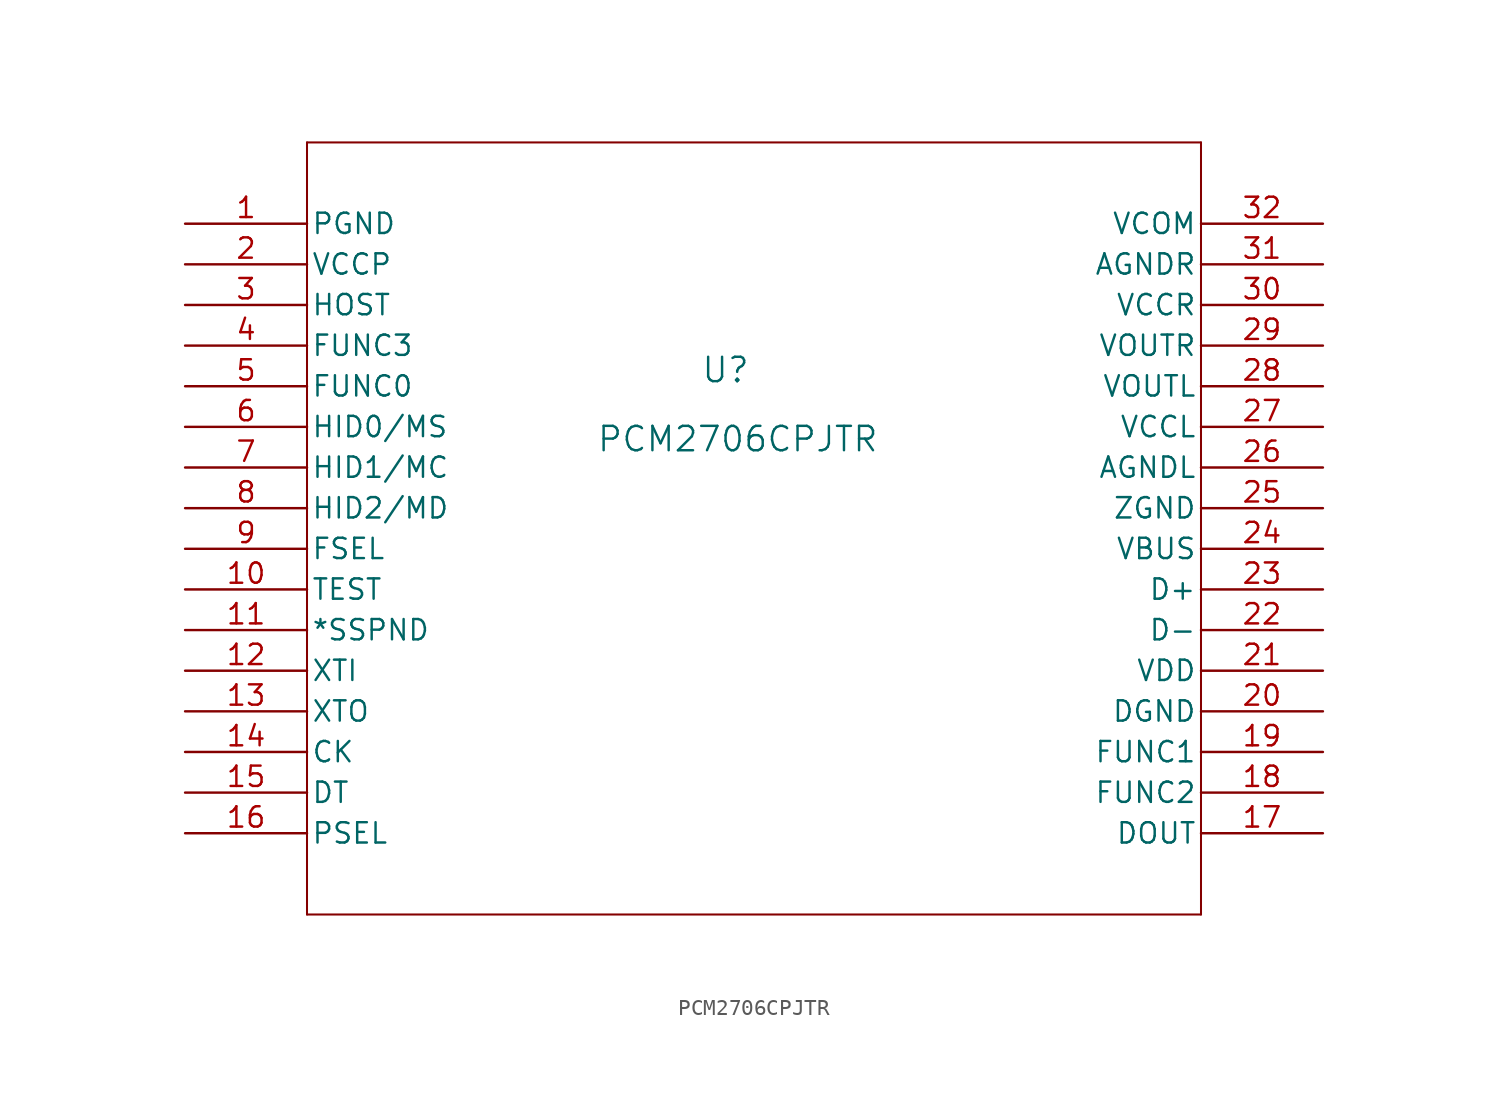
<source format=kicad_sym>
(kicad_symbol_lib
  (version 20231120)
  (generator "kicad_symbol_editor")
  (generator_version "8.0")
  (symbol "PCM2706CPJTR"
    (pin_names
      (offset 0.254))
    (property "Reference" "U"
      (at 33.782 -9.144 0)
      (effects (font (size 1.524 1.524))))
    (property "Value" "PCM2706CPJTR"
      (at 34.544 -13.462 0)
      (effects (font (size 1.524 1.524))))
    (property "ki_locked" ""
      (at 0 0 0)
      (effects (font (size 1.27 1.27))))
    (symbol "PCM2706CPJTR_0_1"
      (polyline (pts (xy 7.62 -43.18) (xy 63.5 -43.18)) (stroke (width 0.127) (type default)) (fill (type none)))
      (polyline (pts (xy 7.62 5.08) (xy 7.62 -43.18)) (stroke (width 0.127) (type default)) (fill (type none)))
      (polyline (pts (xy 63.5 -43.18) (xy 63.5 5.08)) (stroke (width 0.127) (type default)) (fill (type none)))
      (polyline (pts (xy 63.5 5.08) (xy 7.62 5.08)) (stroke (width 0.127) (type default)) (fill (type none)))
      (pin power_in line (at 0 0 0) (length 7.62) (name "PGND" (effects (font (size 1.27 1.27)))) (number "1" (effects (font (size 1.27 1.27)))))
      (pin input line (at 0 -22.86 0) (length 7.62) (name "TEST" (effects (font (size 1.27 1.27)))) (number "10" (effects (font (size 1.27 1.27)))))
      (pin output line (at 0 -25.4 0) (length 7.62) (name "*SSPND" (effects (font (size 1.27 1.27)))) (number "11" (effects (font (size 1.27 1.27)))))
      (pin input line (at 0 -27.94 0) (length 7.62) (name "XTI" (effects (font (size 1.27 1.27)))) (number "12" (effects (font (size 1.27 1.27)))))
      (pin output line (at 0 -30.48 0) (length 7.62) (name "XTO" (effects (font (size 1.27 1.27)))) (number "13" (effects (font (size 1.27 1.27)))))
      (pin output line (at 0 -33.02 0) (length 7.62) (name "CK" (effects (font (size 1.27 1.27)))) (number "14" (effects (font (size 1.27 1.27)))))
      (pin bidirectional line (at 0 -35.56 0) (length 7.62) (name "DT" (effects (font (size 1.27 1.27)))) (number "15" (effects (font (size 1.27 1.27)))))
      (pin input line (at 0 -38.1 0) (length 7.62) (name "PSEL" (effects (font (size 1.27 1.27)))) (number "16" (effects (font (size 1.27 1.27)))))
      (pin output line (at 71.12 -38.1 180) (length 7.62) (name "DOUT" (effects (font (size 1.27 1.27)))) (number "17" (effects (font (size 1.27 1.27)))))
      (pin bidirectional line (at 71.12 -35.56 180) (length 7.62) (name "FUNC2" (effects (font (size 1.27 1.27)))) (number "18" (effects (font (size 1.27 1.27)))))
      (pin bidirectional line (at 71.12 -33.02 180) (length 7.62) (name "FUNC1" (effects (font (size 1.27 1.27)))) (number "19" (effects (font (size 1.27 1.27)))))
      (pin power_in line (at 0 -2.54 0) (length 7.62) (name "VCCP" (effects (font (size 1.27 1.27)))) (number "2" (effects (font (size 1.27 1.27)))))
      (pin power_in line (at 71.12 -30.48 180) (length 7.62) (name "DGND" (effects (font (size 1.27 1.27)))) (number "20" (effects (font (size 1.27 1.27)))))
      (pin power_in line (at 71.12 -27.94 180) (length 7.62) (name "VDD" (effects (font (size 1.27 1.27)))) (number "21" (effects (font (size 1.27 1.27)))))
      (pin bidirectional line (at 71.12 -25.4 180) (length 7.62) (name "D-" (effects (font (size 1.27 1.27)))) (number "22" (effects (font (size 1.27 1.27)))))
      (pin bidirectional line (at 71.12 -22.86 180) (length 7.62) (name "D+" (effects (font (size 1.27 1.27)))) (number "23" (effects (font (size 1.27 1.27)))))
      (pin power_in line (at 71.12 -20.32 180) (length 7.62) (name "VBUS" (effects (font (size 1.27 1.27)))) (number "24" (effects (font (size 1.27 1.27)))))
      (pin power_in line (at 71.12 -17.78 180) (length 7.62) (name "ZGND" (effects (font (size 1.27 1.27)))) (number "25" (effects (font (size 1.27 1.27)))))
      (pin power_in line (at 71.12 -15.24 180) (length 7.62) (name "AGNDL" (effects (font (size 1.27 1.27)))) (number "26" (effects (font (size 1.27 1.27)))))
      (pin power_in line (at 71.12 -12.7 180) (length 7.62) (name "VCCL" (effects (font (size 1.27 1.27)))) (number "27" (effects (font (size 1.27 1.27)))))
      (pin output line (at 71.12 -10.16 180) (length 7.62) (name "VOUTL" (effects (font (size 1.27 1.27)))) (number "28" (effects (font (size 1.27 1.27)))))
      (pin output line (at 71.12 -7.62 180) (length 7.62) (name "VOUTR" (effects (font (size 1.27 1.27)))) (number "29" (effects (font (size 1.27 1.27)))))
      (pin input line (at 0 -5.08 0) (length 7.62) (name "HOST" (effects (font (size 1.27 1.27)))) (number "3" (effects (font (size 1.27 1.27)))))
      (pin power_in line (at 71.12 -5.08 180) (length 7.62) (name "VCCR" (effects (font (size 1.27 1.27)))) (number "30" (effects (font (size 1.27 1.27)))))
      (pin power_in line (at 71.12 -2.54 180) (length 7.62) (name "AGNDR" (effects (font (size 1.27 1.27)))) (number "31" (effects (font (size 1.27 1.27)))))
      (pin power_in line (at 71.12 0 180) (length 7.62) (name "VCOM" (effects (font (size 1.27 1.27)))) (number "32" (effects (font (size 1.27 1.27)))))
      (pin input line (at 0 -7.62 0) (length 7.62) (name "FUNC3" (effects (font (size 1.27 1.27)))) (number "4" (effects (font (size 1.27 1.27)))))
      (pin bidirectional line (at 0 -10.16 0) (length 7.62) (name "FUNC0" (effects (font (size 1.27 1.27)))) (number "5" (effects (font (size 1.27 1.27)))))
      (pin input line (at 0 -12.7 0) (length 7.62) (name "HID0/MS" (effects (font (size 1.27 1.27)))) (number "6" (effects (font (size 1.27 1.27)))))
      (pin input line (at 0 -15.24 0) (length 7.62) (name "HID1/MC" (effects (font (size 1.27 1.27)))) (number "7" (effects (font (size 1.27 1.27)))))
      (pin input line (at 0 -17.78 0) (length 7.62) (name "HID2/MD" (effects (font (size 1.27 1.27)))) (number "8" (effects (font (size 1.27 1.27)))))
      (pin input line (at 0 -20.32 0) (length 7.62) (name "FSEL" (effects (font (size 1.27 1.27)))) (number "9" (effects (font (size 1.27 1.27))))))))
</source>
